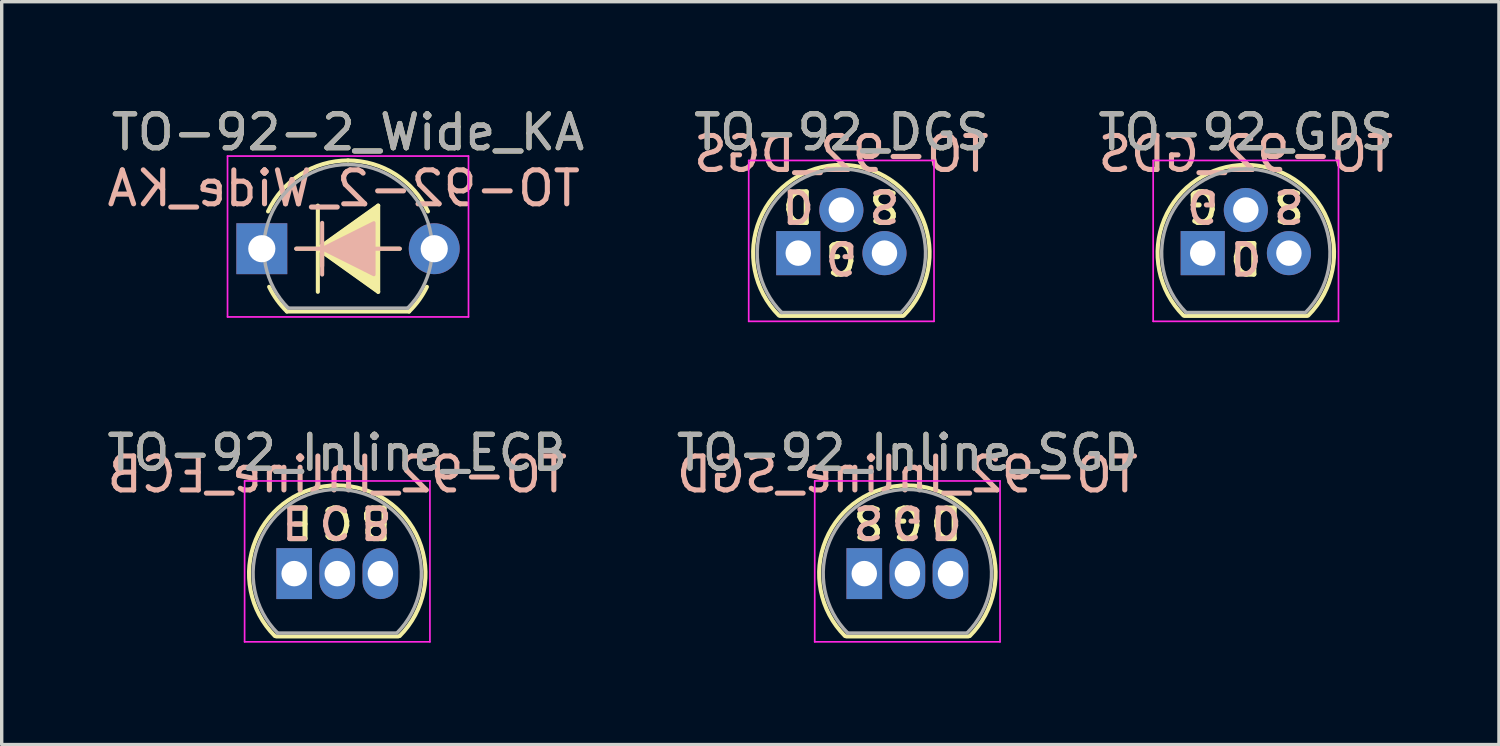
<source format=kicad_pcb>
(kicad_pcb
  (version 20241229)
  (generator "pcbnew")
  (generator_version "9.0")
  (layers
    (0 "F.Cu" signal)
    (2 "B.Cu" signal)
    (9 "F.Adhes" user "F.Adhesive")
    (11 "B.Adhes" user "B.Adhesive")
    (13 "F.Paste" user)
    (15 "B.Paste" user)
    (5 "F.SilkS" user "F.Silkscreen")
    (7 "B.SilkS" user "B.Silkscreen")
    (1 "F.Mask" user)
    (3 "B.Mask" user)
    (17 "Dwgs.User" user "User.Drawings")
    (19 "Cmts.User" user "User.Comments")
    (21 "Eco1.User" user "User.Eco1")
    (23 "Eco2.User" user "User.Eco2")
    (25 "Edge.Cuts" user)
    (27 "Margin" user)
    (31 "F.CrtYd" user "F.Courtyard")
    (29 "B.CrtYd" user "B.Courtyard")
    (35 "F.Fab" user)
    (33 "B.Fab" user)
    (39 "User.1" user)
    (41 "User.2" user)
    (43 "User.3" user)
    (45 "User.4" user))
  (footprint "TO-92_GDS"
    (layer "F.Cu")
    (at 32.387 4.408)
    (property "Reference" "TO-92_GDS" (at 1.27 -3.56 0) (layer "F.SilkS") (effects (font (size 1 1) (thickness 0.15))))
    (fp_line (start -0.53 1.85) (end 3.07 1.85) (stroke (width 0.12) (type solid)) (layer "F.SilkS"))
    (fp_arc (start -0.568478 1.838478) (mid -1.132087 -0.994977) (end 1.27 -2.6) (stroke (width 0.12) (type solid)) (layer "F.SilkS"))
    (fp_arc (start 1.27 -2.6) (mid 3.672087 -0.994977) (end 3.108478 1.838478) (stroke (width 0.12) (type solid)) (layer "F.SilkS"))
    (fp_line (start -1.46 -2.73) (end -1.46 2.01) (stroke (width 0.05) (type solid)) (layer "F.CrtYd"))
    (fp_line (start -1.46 -2.73) (end 4 -2.73) (stroke (width 0.05) (type solid)) (layer "F.CrtYd"))
    (fp_line (start 4 2.01) (end -1.46 2.01) (stroke (width 0.05) (type solid)) (layer "F.CrtYd"))
    (fp_line (start 4 2.01) (end 4 -2.73) (stroke (width 0.05) (type solid)) (layer "F.CrtYd"))
    (fp_line (start -0.5 1.75) (end 3 1.75) (stroke (width 0.1) (type solid)) (layer "F.Fab"))
    (fp_arc (start -0.483625 1.753625) (mid -1.021221 -0.949055) (end 1.27 -2.48) (stroke (width 0.1) (type solid)) (layer "F.Fab"))
    (fp_arc (start 1.27 -2.48) (mid 3.561221 -0.949055) (end 3.023625 1.753625) (stroke (width 0.1) (type solid)) (layer "F.Fab"))
    (fp_text user "S" (at 2.54 -1.397 180) (unlocked yes) (layer "F.SilkS") (effects (font (size 0.9 0.9) (thickness 0.15))))
    (fp_text user "G" (at 0 -1.397 180) (unlocked yes) (layer "F.SilkS") (effects (font (size 0.9 0.9) (thickness 0.15))))
    (fp_text user "D" (at 1.27 0.127 180) (unlocked yes) (layer "F.SilkS") (effects (font (size 0.9 0.9) (thickness 0.15))))
    (fp_text user "S" (at 2.54 -1.397 180) (unlocked yes) (layer "B.SilkS") (effects (font (size 0.9 0.9) (thickness 0.15)) (justify mirror)))
    (fp_text user "G" (at 0 -1.397 180) (unlocked yes) (layer "B.SilkS") (effects (font (size 0.9 0.9) (thickness 0.15)) (justify mirror)))
    (fp_text user "D" (at 1.27 0.127 180) (unlocked yes) (layer "B.SilkS") (effects (font (size 0.9 0.9) (thickness 0.15)) (justify mirror)))
    (fp_text user "${REFERENCE}" (at 1.27 -2.921 0) (layer "B.SilkS") (effects (font (size 1 1) (thickness 0.15)) (justify mirror)))
    (fp_text user "${REFERENCE}" (at 1.27 -3.56 0) (layer "F.Fab") (effects (font (size 1 1) (thickness 0.15))))
    (pad "1" thru_hole rect (at 0 0 90) (size 1.3 1.3) (drill 0.75) (layers "*.Cu" "*.Mask"))
    (pad "2" thru_hole circle (at 1.27 -1.27 90) (size 1.3 1.3) (drill 0.75) (layers "*.Cu" "*.Mask"))
    (pad "3" thru_hole circle (at 2.54 0 90) (size 1.3 1.3) (drill 0.75) (layers "*.Cu" "*.Mask")))
  (footprint "TO-92_DGS"
    (layer "F.Cu")
    (at 20.47 4.408)
    (property "Reference" "TO-92_DGS" (at 1.27 -3.56 0) (layer "F.SilkS") (effects (font (size 1 1) (thickness 0.15))))
    (fp_line (start -0.53 1.85) (end 3.07 1.85) (stroke (width 0.12) (type solid)) (layer "F.SilkS"))
    (fp_arc (start -0.568478 1.838478) (mid -1.132087 -0.994977) (end 1.27 -2.6) (stroke (width 0.12) (type solid)) (layer "F.SilkS"))
    (fp_arc (start 1.27 -2.6) (mid 3.672087 -0.994977) (end 3.108478 1.838478) (stroke (width 0.12) (type solid)) (layer "F.SilkS"))
    (fp_line (start -1.46 -2.73) (end -1.46 2.01) (stroke (width 0.05) (type solid)) (layer "F.CrtYd"))
    (fp_line (start -1.46 -2.73) (end 4 -2.73) (stroke (width 0.05) (type solid)) (layer "F.CrtYd"))
    (fp_line (start 4 2.01) (end -1.46 2.01) (stroke (width 0.05) (type solid)) (layer "F.CrtYd"))
    (fp_line (start 4 2.01) (end 4 -2.73) (stroke (width 0.05) (type solid)) (layer "F.CrtYd"))
    (fp_line (start -0.5 1.75) (end 3 1.75) (stroke (width 0.1) (type solid)) (layer "F.Fab"))
    (fp_arc (start -0.483625 1.753625) (mid -1.021221 -0.949055) (end 1.27 -2.48) (stroke (width 0.1) (type solid)) (layer "F.Fab"))
    (fp_arc (start 1.27 -2.48) (mid 3.561221 -0.949055) (end 3.023625 1.753625) (stroke (width 0.1) (type solid)) (layer "F.Fab"))
    (fp_text user "D" (at 0 -1.397 180) (unlocked yes) (layer "F.SilkS") (effects (font (size 0.9 0.9) (thickness 0.15))))
    (fp_text user "G" (at 1.27 0.127 180) (unlocked yes) (layer "F.SilkS") (effects (font (size 0.9 0.9) (thickness 0.15))))
    (fp_text user "S" (at 2.54 -1.397 180) (unlocked yes) (layer "F.SilkS") (effects (font (size 0.9 0.9) (thickness 0.15))))
    (fp_text user "G" (at 1.27 0.127 180) (unlocked yes) (layer "B.SilkS") (effects (font (size 0.9 0.9) (thickness 0.15)) (justify mirror)))
    (fp_text user "S" (at 2.54 -1.397 180) (unlocked yes) (layer "B.SilkS") (effects (font (size 0.9 0.9) (thickness 0.15)) (justify mirror)))
    (fp_text user "${REFERENCE}" (at 1.27 -2.921 0) (layer "B.SilkS") (effects (font (size 1 1) (thickness 0.15)) (justify mirror)))
    (fp_text user "D" (at 0 -1.397 180) (unlocked yes) (layer "B.SilkS") (effects (font (size 0.9 0.9) (thickness 0.15)) (justify mirror)))
    (fp_text user "${REFERENCE}" (at 1.27 -3.56 0) (layer "F.Fab") (effects (font (size 1 1) (thickness 0.15))))
    (pad "1" thru_hole rect (at 0 0 90) (size 1.3 1.3) (drill 0.75) (layers "*.Cu" "*.Mask"))
    (pad "2" thru_hole circle (at 1.27 -1.27 90) (size 1.3 1.3) (drill 0.75) (layers "*.Cu" "*.Mask"))
    (pad "3" thru_hole circle (at 2.54 0 90) (size 1.3 1.3) (drill 0.75) (layers "*.Cu" "*.Mask")))
  (footprint "TO-92_Inline_ECB"
    (layer "F.Cu")
    (at 5.617 13.851)
    (property "Reference" "TO-92_Inline_ECB" (at 1.27 -3.56 0) (layer "F.SilkS") (effects (font (size 1 1) (thickness 0.15))))
    (fp_line (start -0.53 1.85) (end 3.07 1.85) (stroke (width 0.12) (type solid)) (layer "F.SilkS"))
    (fp_arc (start -0.568478 1.838478) (mid -1.132087 -0.994977) (end 1.27 -2.6) (stroke (width 0.12) (type solid)) (layer "F.SilkS"))
    (fp_arc (start 1.27 -2.6) (mid 3.672087 -0.994977) (end 3.108478 1.838478) (stroke (width 0.12) (type solid)) (layer "F.SilkS"))
    (fp_line (start -1.46 -2.73) (end -1.46 2.01) (stroke (width 0.05) (type solid)) (layer "F.CrtYd"))
    (fp_line (start -1.46 -2.73) (end 4 -2.73) (stroke (width 0.05) (type solid)) (layer "F.CrtYd"))
    (fp_line (start 4 2.01) (end -1.46 2.01) (stroke (width 0.05) (type solid)) (layer "F.CrtYd"))
    (fp_line (start 4 2.01) (end 4 -2.73) (stroke (width 0.05) (type solid)) (layer "F.CrtYd"))
    (fp_line (start -0.5 1.75) (end 3 1.75) (stroke (width 0.1) (type solid)) (layer "F.Fab"))
    (fp_arc (start -0.483625 1.753625) (mid -1.021221 -0.949055) (end 1.27 -2.48) (stroke (width 0.1) (type solid)) (layer "F.Fab"))
    (fp_arc (start 1.27 -2.48) (mid 3.561221 -0.949055) (end 3.023625 1.753625) (stroke (width 0.1) (type solid)) (layer "F.Fab"))
    (fp_text user "C" (at 1.27 -1.524 180) (unlocked yes) (layer "F.SilkS") (effects (font (size 0.9 0.9) (thickness 0.15))))
    (fp_text user "B" (at 2.413 -1.524 180) (unlocked yes) (layer "F.SilkS") (effects (font (size 0.9 0.9) (thickness 0.15))))
    (fp_text user "E" (at 0.127 -1.524 180) (unlocked yes) (layer "F.SilkS") (effects (font (size 0.9 0.9) (thickness 0.15))))
    (fp_text user "${REFERENCE}" (at 1.27 -2.921 0) (layer "B.SilkS") (effects (font (size 1 1) (thickness 0.15)) (justify mirror)))
    (fp_text user "C" (at 1.206 -1.524 180) (unlocked yes) (layer "B.SilkS") (effects (font (size 0.9 0.9) (thickness 0.15)) (justify mirror)))
    (fp_text user "B" (at 2.413 -1.524 180) (unlocked yes) (layer "B.SilkS") (effects (font (size 0.9 0.9) (thickness 0.15)) (justify mirror)))
    (fp_text user "E" (at 0.064 -1.524 180) (unlocked yes) (layer "B.SilkS") (effects (font (size 0.9 0.9) (thickness 0.15)) (justify mirror)))
    (fp_text user "${REFERENCE}" (at 1.27 -3.56 0) (layer "F.Fab") (effects (font (size 1 1) (thickness 0.15))))
    (pad "1" thru_hole rect (at 0 0) (size 1.05 1.5) (drill 0.75) (layers "*.Cu" "*.Mask"))
    (pad "2" thru_hole oval (at 1.27 0) (size 1.05 1.5) (drill 0.75) (layers "*.Cu" "*.Mask"))
    (pad "3" thru_hole oval (at 2.54 0) (size 1.05 1.5) (drill 0.75) (layers "*.Cu" "*.Mask")))
  (footprint "TO-92_Inline_SGD"
    (layer "F.Cu")
    (at 22.415 13.851)
    (property "Reference" "TO-92_Inline_SGD" (at 1.27 -3.56 0) (layer "F.SilkS") (effects (font (size 1 1) (thickness 0.15))))
    (fp_line (start -0.53 1.85) (end 3.07 1.85) (stroke (width 0.12) (type solid)) (layer "F.SilkS"))
    (fp_arc (start -0.568478 1.838478) (mid -1.132087 -0.994977) (end 1.27 -2.6) (stroke (width 0.12) (type solid)) (layer "F.SilkS"))
    (fp_arc (start 1.27 -2.6) (mid 3.672087 -0.994977) (end 3.108478 1.838478) (stroke (width 0.12) (type solid)) (layer "F.SilkS"))
    (fp_line (start -1.46 -2.73) (end -1.46 2.01) (stroke (width 0.05) (type solid)) (layer "F.CrtYd"))
    (fp_line (start -1.46 -2.73) (end 4 -2.73) (stroke (width 0.05) (type solid)) (layer "F.CrtYd"))
    (fp_line (start 4 2.01) (end -1.46 2.01) (stroke (width 0.05) (type solid)) (layer "F.CrtYd"))
    (fp_line (start 4 2.01) (end 4 -2.73) (stroke (width 0.05) (type solid)) (layer "F.CrtYd"))
    (fp_line (start -0.5 1.75) (end 3 1.75) (stroke (width 0.1) (type solid)) (layer "F.Fab"))
    (fp_arc (start -0.483625 1.753625) (mid -1.021221 -0.949055) (end 1.27 -2.48) (stroke (width 0.1) (type solid)) (layer "F.Fab"))
    (fp_arc (start 1.27 -2.48) (mid 3.561221 -0.949055) (end 3.023625 1.753625) (stroke (width 0.1) (type solid)) (layer "F.Fab"))
    (fp_text user "G" (at 1.27 -1.524 180) (unlocked yes) (layer "F.SilkS") (effects (font (size 0.9 0.9) (thickness 0.15))))
    (fp_text user "S" (at 0.127 -1.524 180) (unlocked yes) (layer "F.SilkS") (effects (font (size 0.9 0.9) (thickness 0.15))))
    (fp_text user "D" (at 2.413 -1.524 180) (unlocked yes) (layer "F.SilkS") (effects (font (size 0.9 0.9) (thickness 0.15))))
    (fp_text user "D" (at 2.413 -1.524 180) (unlocked yes) (layer "B.SilkS") (effects (font (size 0.9 0.9) (thickness 0.15)) (justify mirror)))
    (fp_text user "G" (at 1.27 -1.524 180) (unlocked yes) (layer "B.SilkS") (effects (font (size 0.9 0.9) (thickness 0.15)) (justify mirror)))
    (fp_text user "${REFERENCE}" (at 1.27 -2.921 0) (layer "B.SilkS") (effects (font (size 1 1) (thickness 0.15)) (justify mirror)))
    (fp_text user "S" (at 0.127 -1.524 180) (unlocked yes) (layer "B.SilkS") (effects (font (size 0.9 0.9) (thickness 0.15)) (justify mirror)))
    (fp_text user "${REFERENCE}" (at 1.27 -3.56 0) (layer "F.Fab") (effects (font (size 1 1) (thickness 0.15))))
    (pad "1" thru_hole rect (at 0 0) (size 1.05 1.5) (drill 0.75) (layers "*.Cu" "*.Mask"))
    (pad "2" thru_hole oval (at 1.27 0) (size 1.05 1.5) (drill 0.75) (layers "*.Cu" "*.Mask"))
    (pad "3" thru_hole oval (at 2.54 0) (size 1.05 1.5) (drill 0.75) (layers "*.Cu" "*.Mask")))
  (footprint "TO-92-2_Wide_KA"
    (layer "F.Cu")
    (at 4.664 4.278)
    (property "Reference" "TO-92-2_Wide_KA" (at 2.54 -3.43 0) (layer "F.SilkS") (effects (font (size 1 1) (thickness 0.15))))
    (fp_line (start 0.74 1.85) (end 4.34 1.85) (stroke (width 0.12) (type solid)) (layer "F.SilkS"))
    (fp_line (start 1.016 0) (end 1.651 0) (stroke (width 0.12) (type solid)) (layer "F.SilkS"))
    (fp_line (start 1.651 0) (end 1.651 -1.27) (stroke (width 0.12) (type solid)) (layer "F.SilkS"))
    (fp_line (start 1.651 0) (end 3.429 -1.27) (stroke (width 0.12) (type solid)) (layer "F.SilkS"))
    (fp_line (start 1.651 1.27) (end 1.651 0) (stroke (width 0.12) (type solid)) (layer "F.SilkS"))
    (fp_line (start 3.429 -1.27) (end 3.429 1.27) (stroke (width 0.12) (type solid)) (layer "F.SilkS"))
    (fp_line (start 3.429 1.27) (end 1.651 0) (stroke (width 0.12) (type solid)) (layer "F.SilkS"))
    (fp_line (start 4.064 0) (end 3.429 0) (stroke (width 0.12) (type solid)) (layer "F.SilkS"))
    (fp_arc (start 0.1836 -1.098807) (mid 1.143021 -2.192817) (end 2.54 -2.6) (stroke (width 0.12) (type solid)) (layer "F.SilkS"))
    (fp_arc (start 0.74 1.85) (mid 0.446097 1.509328) (end 0.215816 1.122795) (stroke (width 0.12) (type solid)) (layer "F.SilkS"))
    (fp_arc (start 2.54 -2.6) (mid 3.936979 -2.192818) (end 4.8964 -1.098807) (stroke (width 0.12) (type solid)) (layer "F.SilkS"))
    (fp_arc (start 4.864184 1.122795) (mid 4.633903 1.509328) (end 4.34 1.85) (stroke (width 0.12) (type solid)) (layer "F.SilkS"))
    (fp_poly (pts (xy 3.429 1.27) (xy 1.651 0) (xy 3.429 -1.27)) (stroke (width 0.1) (type solid)) (fill yes) (layer "F.SilkS"))
    (fp_line (start 1.016 0) (end 1.778 0) (stroke (width 0.12) (type solid)) (layer "B.SilkS"))
    (fp_line (start 1.778 -0.762) (end 1.778 0.508) (stroke (width 0.12) (type solid)) (layer "B.SilkS"))
    (fp_line (start 1.778 0) (end 1.778 0.762) (stroke (width 0.12) (type solid)) (layer "B.SilkS"))
    (fp_line (start 4.064 0) (end 3.302 0) (stroke (width 0.12) (type solid)) (layer "B.SilkS"))
    (fp_poly (pts (xy 3.302 -0.762) (xy 1.778 0) (xy 3.302 0.762)) (stroke (width 0.1) (type solid)) (fill yes) (layer "B.SilkS"))
    (fp_line (start -1.01 -2.73) (end -1.01 2.01) (stroke (width 0.05) (type solid)) (layer "F.CrtYd"))
    (fp_line (start -1.01 -2.73) (end 6.09 -2.73) (stroke (width 0.05) (type solid)) (layer "F.CrtYd"))
    (fp_line (start 6.09 2.01) (end -1.01 2.01) (stroke (width 0.05) (type solid)) (layer "F.CrtYd"))
    (fp_line (start 6.09 2.01) (end 6.09 -2.73) (stroke (width 0.05) (type solid)) (layer "F.CrtYd"))
    (fp_line (start 0.8 1.75) (end 4.3 1.75) (stroke (width 0.1) (type solid)) (layer "F.Fab"))
    (fp_arc (start 0.786375 1.753625) (mid 0.248779 -0.949055) (end 2.54 -2.48) (stroke (width 0.1) (type solid)) (layer "F.Fab"))
    (fp_arc (start 2.54 -2.48) (mid 4.831221 -0.949055) (end 4.293625 1.753625) (stroke (width 0.1) (type solid)) (layer "F.Fab"))
    (fp_text user "${REFERENCE}" (at 2.413 -1.778 0) (layer "B.SilkS") (effects (font (size 1 1) (thickness 0.15)) (justify mirror)))
    (fp_text user "${REFERENCE}" (at 2.54 -3.43 0) (layer "F.Fab") (effects (font (size 1 1) (thickness 0.15))))
    (pad "1" thru_hole rect (at 0 0 90) (size 1.5 1.5) (drill 0.8) (layers "*.Cu" "*.Mask"))
    (pad "2" thru_hole circle (at 5.08 0 90) (size 1.5 1.5) (drill 0.8) (layers "*.Cu" "*.Mask")))
  (gr_rect
    (start -3 -3)
    (end 41.115 18.887)
    (stroke (width 0.1) (type default))
    (fill no)
    (layer "Edge.Cuts")))
</source>
